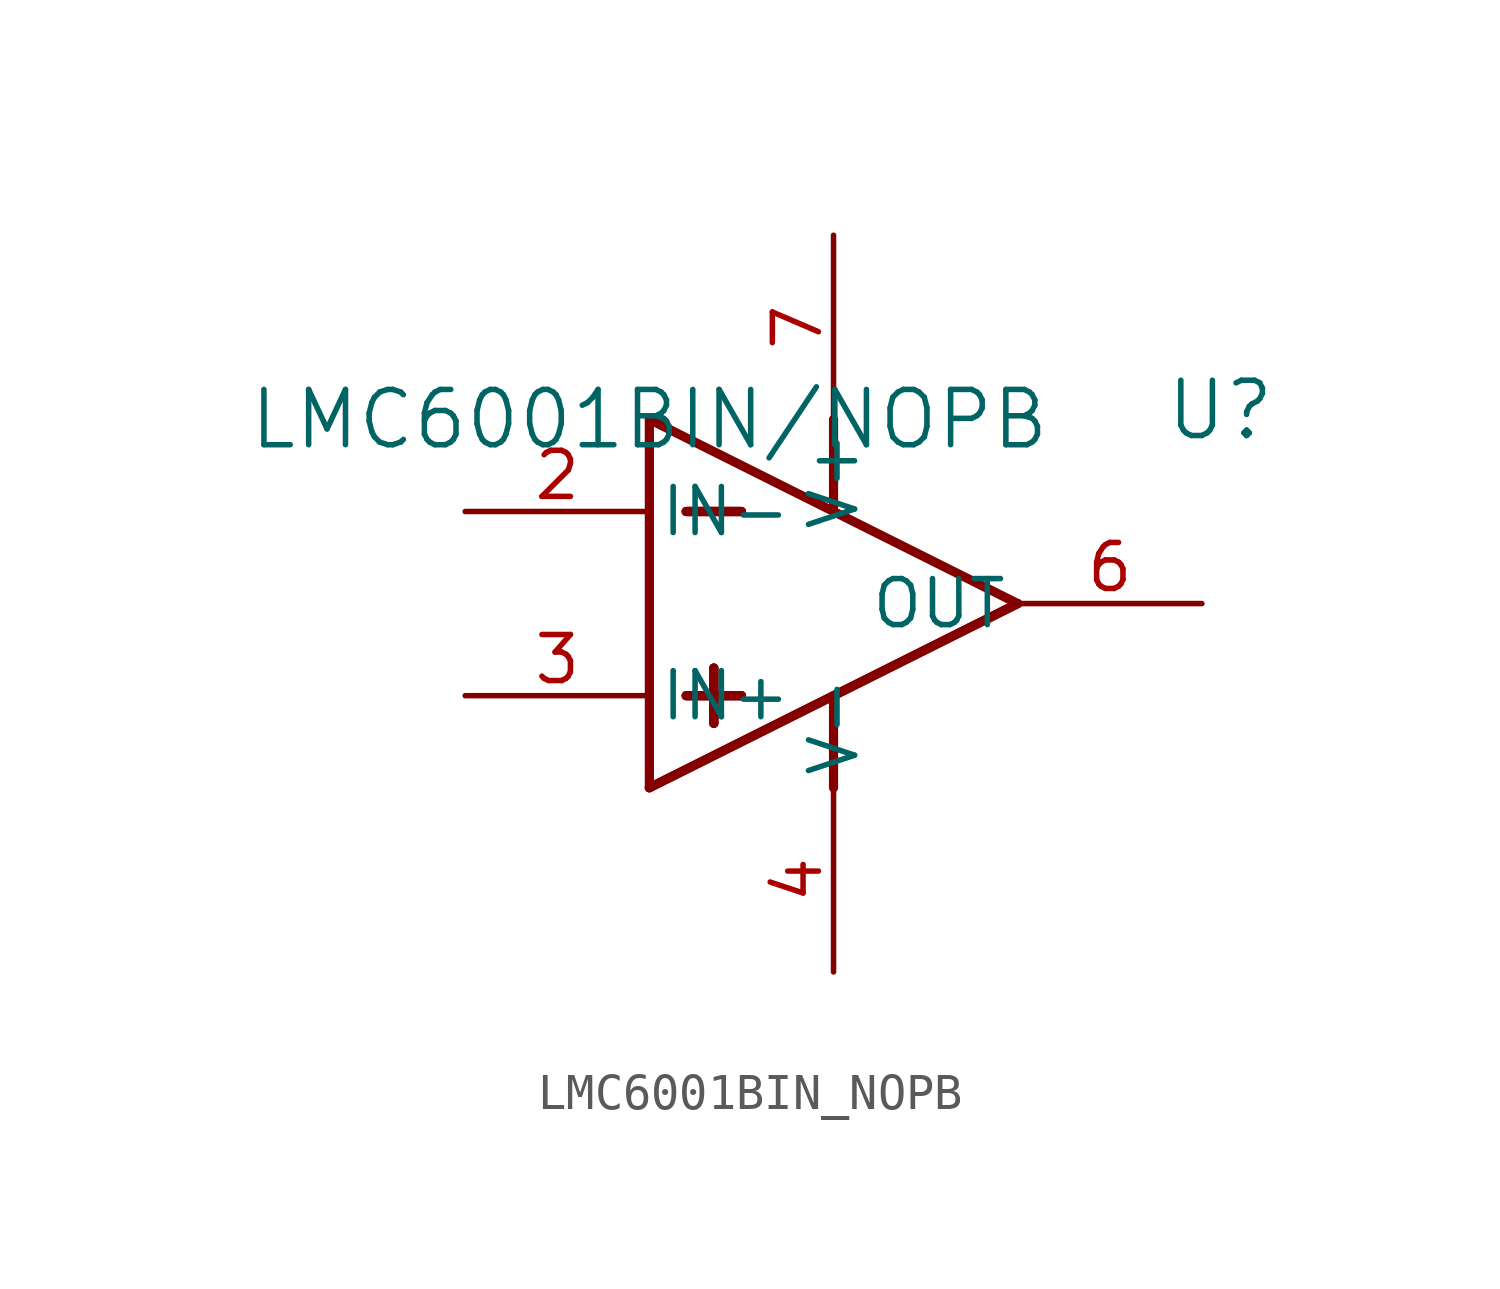
<source format=kicad_sym>
(kicad_symbol_lib
  (version 20211014)
  (generator kicad_symbol_editor)
  (symbol "LMC6001BIN_NOPB"
    (pin_names
      (offset 0.254))
    (property "Reference" "U"
      (at 15.748 0.254 0)
      (effects (font (size 1.524 1.524))))
    (property "Value" "LMC6001BIN/NOPB"
      (at 0 0 0)
      (effects (font (size 1.524 1.524))))
    (polyline
      (pts (xy 0 0) (xy 10.16 -5.08))
      (stroke (width 0.254) (type default) (color 0 0 0 0))
      (fill (type none)))
    (polyline
      (pts (xy 0 -10.16) (xy 10.16 -5.08))
      (stroke (width 0.254) (type default) (color 0 0 0 0))
      (fill (type none)))
    (polyline
      (pts (xy 0 0) (xy 0 -10.16))
      (stroke (width 0.254) (type default) (color 0 0 0 0))
      (fill (type none)))
    (polyline
      (pts (xy 1.016 -2.54) (xy 2.54 -2.54))
      (stroke (width 0.254) (type default) (color 0 0 0 0))
      (fill (type none)))
    (polyline
      (pts (xy 1.016 -7.62) (xy 2.54 -7.62))
      (stroke (width 0.254) (type default) (color 0 0 0 0))
      (fill (type none)))
    (polyline
      (pts (xy 1.778 -6.858) (xy 1.778 -8.382))
      (stroke (width 0.254) (type default) (color 0 0 0 0))
      (fill (type none)))
    (polyline
      (pts (xy 0 -10.16) (xy 10.16 -5.08))
      (stroke (width 0.254) (type default) (color 0 0 0 0))
      (fill (type none)))
    (polyline
      (pts (xy 1.016 -2.54) (xy 2.54 -2.54))
      (stroke (width 0.254) (type default) (color 0 0 0 0))
      (fill (type none)))
    (polyline
      (pts (xy 1.016 -7.62) (xy 2.54 -7.62))
      (stroke (width 0.254) (type default) (color 0 0 0 0))
      (fill (type none)))
    (polyline
      (pts (xy 1.778 -6.858) (xy 1.778 -8.382))
      (stroke (width 0.254) (type default) (color 0 0 0 0))
      (fill (type none)))
    (polyline
      (pts (xy 1.016 -2.54) (xy 2.54 -2.54))
      (stroke (width 0.254) (type default) (color 0 0 0 0))
      (fill (type none)))
    (polyline
      (pts (xy 1.016 -7.62) (xy 2.54 -7.62))
      (stroke (width 0.254) (type default) (color 0 0 0 0))
      (fill (type none)))
    (polyline
      (pts (xy 1.778 -6.858) (xy 1.778 -8.382))
      (stroke (width 0.254) (type default) (color 0 0 0 0))
      (fill (type none)))
    (polyline
      (pts (xy 5.08 -7.62) (xy 5.08 -10.16))
      (stroke (width 0.254) (type default) (color 0 0 0 0))
      (fill (type none)))
    (polyline
      (pts (xy 5.08 0) (xy 5.08 -2.54))
      (stroke (width 0.254) (type default) (color 0 0 0 0))
      (fill (type none)))
    (pin input line
      (at -5.08 -7.62 0)
      (length 5.08)
      (name "IN+" (effects (font (size 1.27 1.27))))
      (number "3" (effects (font (size 1.27 1.27)))))
    (pin input line
      (at -5.08 -2.54 0)
      (length 5.08)
      (name "IN-" (effects (font (size 1.27 1.27))))
      (number "2" (effects (font (size 1.27 1.27)))))
    (pin output line
      (at 15.24 -5.08 180)
      (length 5.08)
      (name "OUT" (effects (font (size 1.27 1.27))))
      (number "6" (effects (font (size 1.27 1.27)))))
    (pin power_in line
      (at 5.08 5.08 270)
      (length 5.08)
      (name "V+" (effects (font (size 1.27 1.27))))
      (number "7" (effects (font (size 1.27 1.27)))))
    (pin power_in line
      (at 5.08 -15.24 90)
      (length 5.08)
      (name "V-" (effects (font (size 1.27 1.27))))
      (number "4" (effects (font (size 1.27 1.27)))))))
</source>
